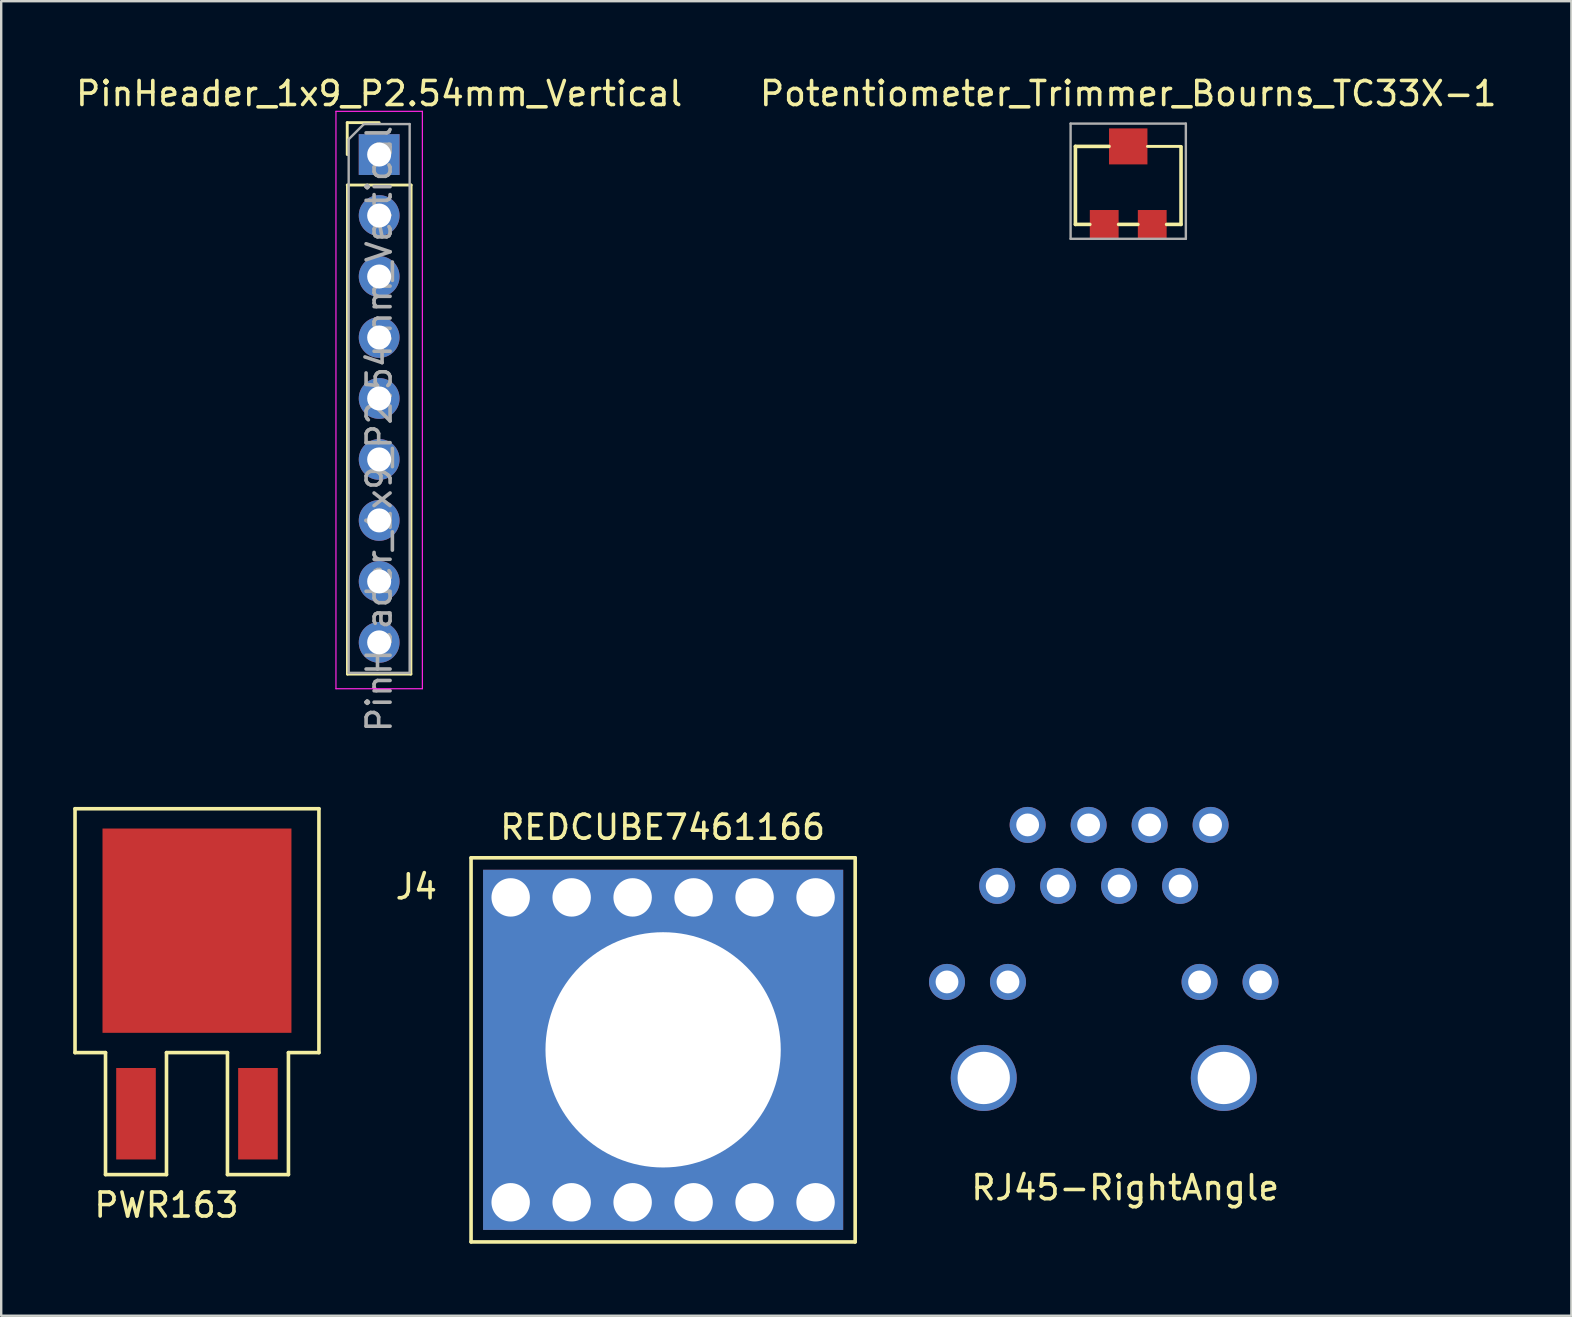
<source format=kicad_pcb>
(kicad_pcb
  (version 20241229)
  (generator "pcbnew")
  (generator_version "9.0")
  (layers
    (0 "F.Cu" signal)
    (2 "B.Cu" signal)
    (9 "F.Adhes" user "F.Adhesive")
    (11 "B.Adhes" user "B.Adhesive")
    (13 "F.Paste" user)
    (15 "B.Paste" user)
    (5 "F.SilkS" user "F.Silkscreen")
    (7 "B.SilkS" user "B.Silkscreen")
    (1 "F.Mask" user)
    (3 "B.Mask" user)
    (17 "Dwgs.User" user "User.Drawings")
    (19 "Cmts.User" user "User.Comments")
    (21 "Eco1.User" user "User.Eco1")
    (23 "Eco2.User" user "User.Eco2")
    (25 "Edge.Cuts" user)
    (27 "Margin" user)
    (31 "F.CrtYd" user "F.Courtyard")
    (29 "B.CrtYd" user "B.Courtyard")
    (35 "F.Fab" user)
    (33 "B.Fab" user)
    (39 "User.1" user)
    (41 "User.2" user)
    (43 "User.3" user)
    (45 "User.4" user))
  (footprint "RJ45-RightAngle"
    (layer "F.Cu")
    (at 37.927 41.852)
    (property "Reference" "RJ45-RightAngle" (at 5.893 4.572 0) (layer "F.SilkS") (effects (font (size 1 1) (thickness 0.15))))
    (attr through_hole)
    (pad "1" thru_hole circle (at 0.56 -8) (size 1.5 1.5) (drill 0.95) (layers "*.Cu" "*.Mask"))
    (pad "2" thru_hole circle (at 1.83 -10.54) (size 1.5 1.5) (drill 0.95) (layers "*.Cu" "*.Mask"))
    (pad "3" thru_hole circle (at 3.1 -8) (size 1.5 1.5) (drill 0.95) (layers "*.Cu" "*.Mask"))
    (pad "4" thru_hole circle (at 4.37 -10.54) (size 1.5 1.5) (drill 0.95) (layers "*.Cu" "*.Mask"))
    (pad "5" thru_hole circle (at 5.64 -8) (size 1.5 1.5) (drill 0.95) (layers "*.Cu" "*.Mask"))
    (pad "6" thru_hole circle (at 6.91 -10.54) (size 1.5 1.5) (drill 0.95) (layers "*.Cu" "*.Mask"))
    (pad "7" thru_hole circle (at 8.18 -8) (size 1.5 1.5) (drill 0.95) (layers "*.Cu" "*.Mask"))
    (pad "8" thru_hole circle (at 9.45 -10.54) (size 1.5 1.5) (drill 0.95) (layers "*.Cu" "*.Mask"))
    (pad "9" thru_hole circle (at 11.53 -4) (size 1.5 1.5) (drill 0.95) (layers "*.Cu" "*.Mask"))
    (pad "10" thru_hole circle (at 8.99 -4) (size 1.5 1.5) (drill 0.95) (layers "*.Cu" "*.Mask"))
    (pad "11" thru_hole circle (at 1.01 -4) (size 1.5 1.5) (drill 0.95) (layers "*.Cu" "*.Mask"))
    (pad "12" thru_hole circle (at -1.53 -4) (size 1.5 1.5) (drill 0.95) (layers "*.Cu" "*.Mask"))
    (pad "13" thru_hole circle (at 0 0) (size 2.75 2.75) (drill 2.18) (layers "*.Cu" "*.Mask"))
    (pad "14" thru_hole circle (at 10 0) (size 2.75 2.75) (drill 2.18) (layers "*.Cu" "*.Mask")))
  (footprint "PWR163"
    (layer "F.Cu")
    (at 5.155 35.717)
    (property "Reference" "PWR163" (at -1.27 11.43 0) (layer "F.SilkS") (effects (font (size 1 1) (thickness 0.15))))
    (attr through_hole)
    (fp_line (start -5.08 -5.08) (end 5.08 -5.08) (stroke (width 0.15) (type solid)) (layer "F.SilkS"))
    (fp_line (start -5.08 5.08) (end -5.08 -5.08) (stroke (width 0.15) (type solid)) (layer "F.SilkS"))
    (fp_line (start -3.81 5.08) (end -5.08 5.08) (stroke (width 0.15) (type solid)) (layer "F.SilkS"))
    (fp_line (start -3.81 10.16) (end -3.81 5.08) (stroke (width 0.15) (type solid)) (layer "F.SilkS"))
    (fp_line (start -1.27 5.08) (end -1.27 10.16) (stroke (width 0.15) (type solid)) (layer "F.SilkS"))
    (fp_line (start -1.27 10.16) (end -3.81 10.16) (stroke (width 0.15) (type solid)) (layer "F.SilkS"))
    (fp_line (start 1.27 5.08) (end -1.27 5.08) (stroke (width 0.15) (type solid)) (layer "F.SilkS"))
    (fp_line (start 1.27 10.16) (end 1.27 5.08) (stroke (width 0.15) (type solid)) (layer "F.SilkS"))
    (fp_line (start 3.81 5.08) (end 3.81 10.16) (stroke (width 0.15) (type solid)) (layer "F.SilkS"))
    (fp_line (start 3.81 10.16) (end 1.27 10.16) (stroke (width 0.15) (type solid)) (layer "F.SilkS"))
    (fp_line (start 5.08 -5.08) (end 5.08 5.08) (stroke (width 0.15) (type solid)) (layer "F.SilkS"))
    (fp_line (start 5.08 5.08) (end 3.81 5.08) (stroke (width 0.15) (type solid)) (layer "F.SilkS"))
    (pad "1" smd rect (at -2.54 7.625) (size 1.65 3.81) (layers "F.Cu" "F.Mask" "F.Paste"))
    (pad "2" smd rect (at 2.54 7.625) (size 1.65 3.81) (layers "F.Cu" "F.Mask" "F.Paste"))
    (pad "EP" smd rect (at 0 0) (size 7.87 8.51) (layers "F.Cu" "F.Mask" "F.Paste")))
  (footprint "Potentiometer_Trimmer_Bourns_TC33X-1"
    (layer "F.Cu")
    (at 43.946 4.498)
    (property "Reference" "Potentiometer_Trimmer_Bourns_TC33X-1" (at 0 -3.65 0) (layer "F.SilkS") (effects (font (size 1 1) (thickness 0.15))))
    (attr smd)
    (fp_line (start -2.2 -1.45) (end -2.2 1.8) (stroke (width 0.15) (type solid)) (layer "F.SilkS"))
    (fp_line (start -2.2 1.8) (end -1.6 1.8) (stroke (width 0.15) (type solid)) (layer "F.SilkS"))
    (fp_line (start -0.8 -1.45) (end -2.2 -1.45) (stroke (width 0.15) (type solid)) (layer "F.SilkS"))
    (fp_line (start -0.4 1.8) (end 0.4 1.8) (stroke (width 0.15) (type solid)) (layer "F.SilkS"))
    (fp_line (start 0.8 -1.45) (end 2.2 -1.45) (stroke (width 0.12) (type solid)) (layer "F.SilkS"))
    (fp_line (start 1.6 1.8) (end 2.2 1.8) (stroke (width 0.15) (type solid)) (layer "F.SilkS"))
    (fp_line (start 2.2 -1.43) (end 2.2 1.8) (stroke (width 0.15) (type solid)) (layer "F.SilkS"))
    (fp_line (start -2.4 -2.4) (end -2.4 2.4) (stroke (width 0.1) (type solid)) (layer "F.Fab"))
    (fp_line (start -2.4 -2.4) (end 2.4 -2.4) (stroke (width 0.1) (type solid)) (layer "F.Fab"))
    (fp_line (start -2.4 2.4) (end 2.4 2.4) (stroke (width 0.1) (type solid)) (layer "F.Fab"))
    (fp_line (start 2.4 2.4) (end 2.4 -2.4) (stroke (width 0.1) (type solid)) (layer "F.Fab"))
    (pad "1" smd rect (at -1 1.8) (size 1.2 1.2) (layers "F.Cu" "F.Mask"))
    (pad "2" smd rect (at 0 -1.45) (size 1.6 1.5) (layers "F.Cu" "F.Mask"))
    (pad "3" smd rect (at 1 1.8) (size 1.2 1.2) (layers "F.Cu" "F.Mask")))
  (footprint "REDCUBE7461166"
    (layer "F.Cu")
    (at 24.572 40.681)
    (property "Reference" "REDCUBE7461166" (at -0.02 -9.27 0) (layer "F.SilkS") (effects (font (size 1 1) (thickness 0.15))))
    (attr through_hole)
    (fp_line (start -8 -8) (end 8 -8) (stroke (width 0.15) (type solid)) (layer "F.SilkS"))
    (fp_line (start -8 8) (end -8 -8) (stroke (width 0.15) (type solid)) (layer "F.SilkS"))
    (fp_line (start 8 -8) (end 8 8) (stroke (width 0.15) (type solid)) (layer "F.SilkS"))
    (fp_line (start 8 8) (end -8 8) (stroke (width 0.15) (type solid)) (layer "F.SilkS"))
    (fp_text user "J4" (at -10.28 -6.79 0) (layer "F.SilkS") (effects (font (size 1 1) (thickness 0.15))))
    (pad "1" thru_hole circle (at -6.35 -6.35) (size 1.7 1.7) (drill 1.6) (layers "*.Cu" "*.Mask"))
    (pad "1" thru_hole rect (at 0 0) (size 15 15) (drill 9.8) (layers "*.Cu" "*.Mask"))
    (pad "2" thru_hole circle (at -3.81 -6.35) (size 1.7 1.7) (drill 1.6) (layers "*.Cu" "*.Mask"))
    (pad "3" thru_hole circle (at -1.27 -6.35) (size 1.7 1.7) (drill 1.6) (layers "*.Cu" "*.Mask"))
    (pad "4" thru_hole circle (at 1.27 -6.35) (size 1.7 1.7) (drill 1.6) (layers "*.Cu" "*.Mask"))
    (pad "5" thru_hole circle (at 3.81 -6.35) (size 1.7 1.7) (drill 1.6) (layers "*.Cu" "*.Mask"))
    (pad "6" thru_hole circle (at 6.35 -6.35) (size 1.7 1.7) (drill 1.6) (layers "*.Cu" "*.Mask"))
    (pad "7" thru_hole circle (at -6.35 6.35) (size 1.7 1.7) (drill 1.6) (layers "*.Cu" "*.Mask"))
    (pad "8" thru_hole circle (at -3.81 6.35) (size 1.7 1.7) (drill 1.6) (layers "*.Cu" "*.Mask"))
    (pad "9" thru_hole circle (at -1.27 6.35) (size 1.7 1.7) (drill 1.6) (layers "*.Cu" "*.Mask"))
    (pad "10" thru_hole circle (at 1.27 6.35) (size 1.7 1.7) (drill 1.6) (layers "*.Cu" "*.Mask"))
    (pad "11" thru_hole circle (at 3.81 6.35) (size 1.7 1.7) (drill 1.6) (layers "*.Cu" "*.Mask"))
    (pad "12" thru_hole circle (at 6.35 6.35) (size 1.7 1.7) (drill 1.6) (layers "*.Cu" "*.Mask")))
  (footprint "PinHeader_1x9_P2.54mm_Vertical"
    (layer "F.Cu")
    (at 12.744 0.848)
    (property "Reference" "PinHeader_1x9_P2.54mm_Vertical" (at 0 0 0) (layer "F.SilkS") (effects (font (size 1 1) (thickness 0.15))))
    (attr through_hole)
    (fp_line (start -1.33 1.21) (end 0 1.21) (stroke (width 0.12) (type solid)) (layer "F.SilkS"))
    (fp_line (start -1.33 2.54) (end -1.33 1.21) (stroke (width 0.12) (type solid)) (layer "F.SilkS"))
    (fp_line (start -1.33 3.81) (end 1.33 3.81) (stroke (width 0.12) (type solid)) (layer "F.SilkS"))
    (fp_line (start -1.321 3.81) (end -1.321 24.181) (stroke (width 0.12) (type solid)) (layer "F.SilkS"))
    (fp_line (start -1.321 24.181) (end 1.321 24.181) (stroke (width 0.12) (type solid)) (layer "F.SilkS"))
    (fp_line (start 1.33 3.81) (end 1.321 24.181) (stroke (width 0.12) (type solid)) (layer "F.SilkS"))
    (fp_line (start -1.8 24.79) (end -1.8 0.74) (stroke (width 0.05) (type solid)) (layer "F.CrtYd"))
    (fp_line (start -1.8 24.79) (end 1.8 24.79) (stroke (width 0.05) (type solid)) (layer "F.CrtYd"))
    (fp_line (start 1.8 0.74) (end -1.8 0.74) (stroke (width 0.05) (type solid)) (layer "F.CrtYd"))
    (fp_line (start 1.8 24.79) (end 1.8 0.74) (stroke (width 0.05) (type solid)) (layer "F.CrtYd"))
    (fp_line (start -1.27 1.905) (end -0.635 1.27) (stroke (width 0.1) (type solid)) (layer "F.Fab"))
    (fp_line (start -1.27 24.13) (end -1.27 1.905) (stroke (width 0.1) (type solid)) (layer "F.Fab"))
    (fp_line (start -0.635 1.27) (end 1.27 1.27) (stroke (width 0.1) (type solid)) (layer "F.Fab"))
    (fp_line (start 1.27 1.27) (end 1.27 24.13) (stroke (width 0.1) (type solid)) (layer "F.Fab"))
    (fp_line (start 1.27 24.13) (end -1.27 24.13) (stroke (width 0.1) (type solid)) (layer "F.Fab"))
    (fp_text user "${REFERENCE}" (at 0 13.97 90) (layer "F.Fab") (effects (font (size 1 1) (thickness 0.15))))
    (pad "1" thru_hole rect (at 0 2.54) (size 1.7 1.7) (drill 1) (layers "*.Cu" "*.Mask"))
    (pad "2" thru_hole oval (at 0 5.08) (size 1.7 1.7) (drill 1) (layers "*.Cu" "*.Mask"))
    (pad "3" thru_hole oval (at 0 7.62) (size 1.7 1.7) (drill 1) (layers "*.Cu" "*.Mask"))
    (pad "4" thru_hole oval (at 0 10.16) (size 1.7 1.7) (drill 1) (layers "*.Cu" "*.Mask"))
    (pad "5" thru_hole oval (at 0 12.7) (size 1.7 1.7) (drill 1) (layers "*.Cu" "*.Mask"))
    (pad "6" thru_hole oval (at 0 15.24) (size 1.7 1.7) (drill 1) (layers "*.Cu" "*.Mask"))
    (pad "7" thru_hole oval (at 0 17.78) (size 1.7 1.7) (drill 1) (layers "*.Cu" "*.Mask"))
    (pad "8" thru_hole oval (at 0 20.32) (size 1.7 1.7) (drill 1) (layers "*.Cu" "*.Mask"))
    (pad "9" thru_hole oval (at 0 22.86) (size 1.7 1.7) (drill 1) (layers "*.Cu" "*.Mask")))
  (gr_rect
    (start -3 -3)
    (end 62.405 51.756)
    (stroke (width 0.1) (type default))
    (fill no)
    (layer "Edge.Cuts")))
</source>
